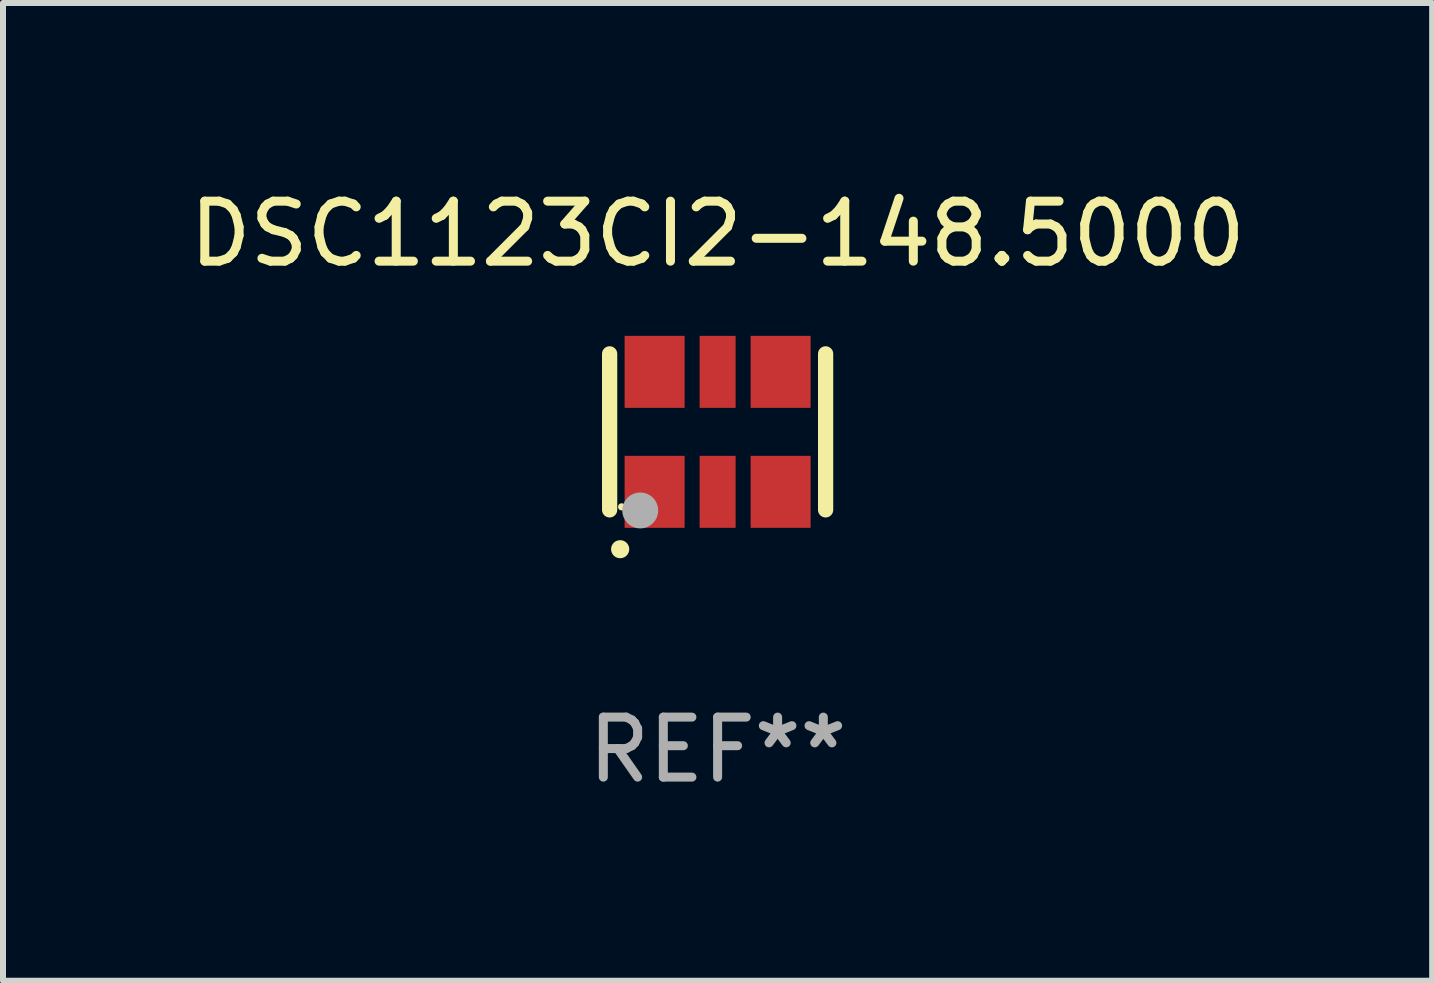
<source format=kicad_pcb>
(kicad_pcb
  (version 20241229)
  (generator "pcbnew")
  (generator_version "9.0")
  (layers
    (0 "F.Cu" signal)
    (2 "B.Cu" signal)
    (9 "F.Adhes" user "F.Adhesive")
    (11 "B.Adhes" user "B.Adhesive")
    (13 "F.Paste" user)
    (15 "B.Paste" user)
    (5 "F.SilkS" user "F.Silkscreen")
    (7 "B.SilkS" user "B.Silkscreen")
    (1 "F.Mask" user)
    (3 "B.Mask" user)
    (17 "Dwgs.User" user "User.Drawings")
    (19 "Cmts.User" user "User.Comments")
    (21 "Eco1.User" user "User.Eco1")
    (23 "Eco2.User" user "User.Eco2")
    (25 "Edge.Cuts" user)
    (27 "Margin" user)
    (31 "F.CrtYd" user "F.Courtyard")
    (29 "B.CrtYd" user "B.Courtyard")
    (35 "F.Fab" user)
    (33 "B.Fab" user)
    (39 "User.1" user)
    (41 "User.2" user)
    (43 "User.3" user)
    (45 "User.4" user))
  (footprint "DSC1123CI2-148.5000"
    (layer "F.Cu")
    (at 8.911 4.148)
    (property "Reference" "DSC1123CI2-148.5000" (at 0 -3.3 0) (layer "F.SilkS") (effects (font (size 1 1) (thickness 0.15))))
    (attr through_hole)
    (fp_line (start -1.8 -1.3) (end -1.8 1.3) (stroke (width 0.254) (type solid)) (layer "F.SilkS"))
    (fp_line (start 1.8 -1.3) (end 1.8 1.3) (stroke (width 0.254) (type solid)) (layer "F.SilkS"))
    (fp_arc (start -1.625603 1.955804) (mid -1.624333 1.955799) (end -1.623063 1.955804) (stroke (width 0.3) (type solid)) (layer "F.SilkS"))
    (fp_circle (center -1.6 1.25) (end -1.57 1.25) (stroke (width 0.06) (type solid)) (fill no) (layer "F.SilkS"))
    (fp_circle (center -1.29 1.31) (end -1.14 1.31) (stroke (width 0.3) (type solid)) (fill no) (layer "F.Fab"))
    (fp_text user "REF**" (at 0 5.3 0) (layer "F.Fab") (effects (font (size 1 1) (thickness 0.15))))
    (pad "1" smd rect (at -1.05 1) (size 1 1.2) (layers "F.Cu" "F.Mask" "F.Paste"))
    (pad "2" smd rect (at 0 1) (size 0.6 1.2) (layers "F.Cu" "F.Mask" "F.Paste"))
    (pad "3" smd rect (at 1.05 1) (size 1 1.2) (layers "F.Cu" "F.Mask" "F.Paste"))
    (pad "4" smd rect (at 1.05 -1) (size 1 1.2) (layers "F.Cu" "F.Mask" "F.Paste"))
    (pad "5" smd rect (at 0 -1) (size 0.6 1.2) (layers "F.Cu" "F.Mask" "F.Paste"))
    (pad "6" smd rect (at -1.05 -1) (size 1 1.2) (layers "F.Cu" "F.Mask" "F.Paste")))
  (gr_rect
    (start -3 -3)
    (end 20.821 13.296)
    (stroke (width 0.1) (type default))
    (fill no)
    (layer "Edge.Cuts")))
</source>
